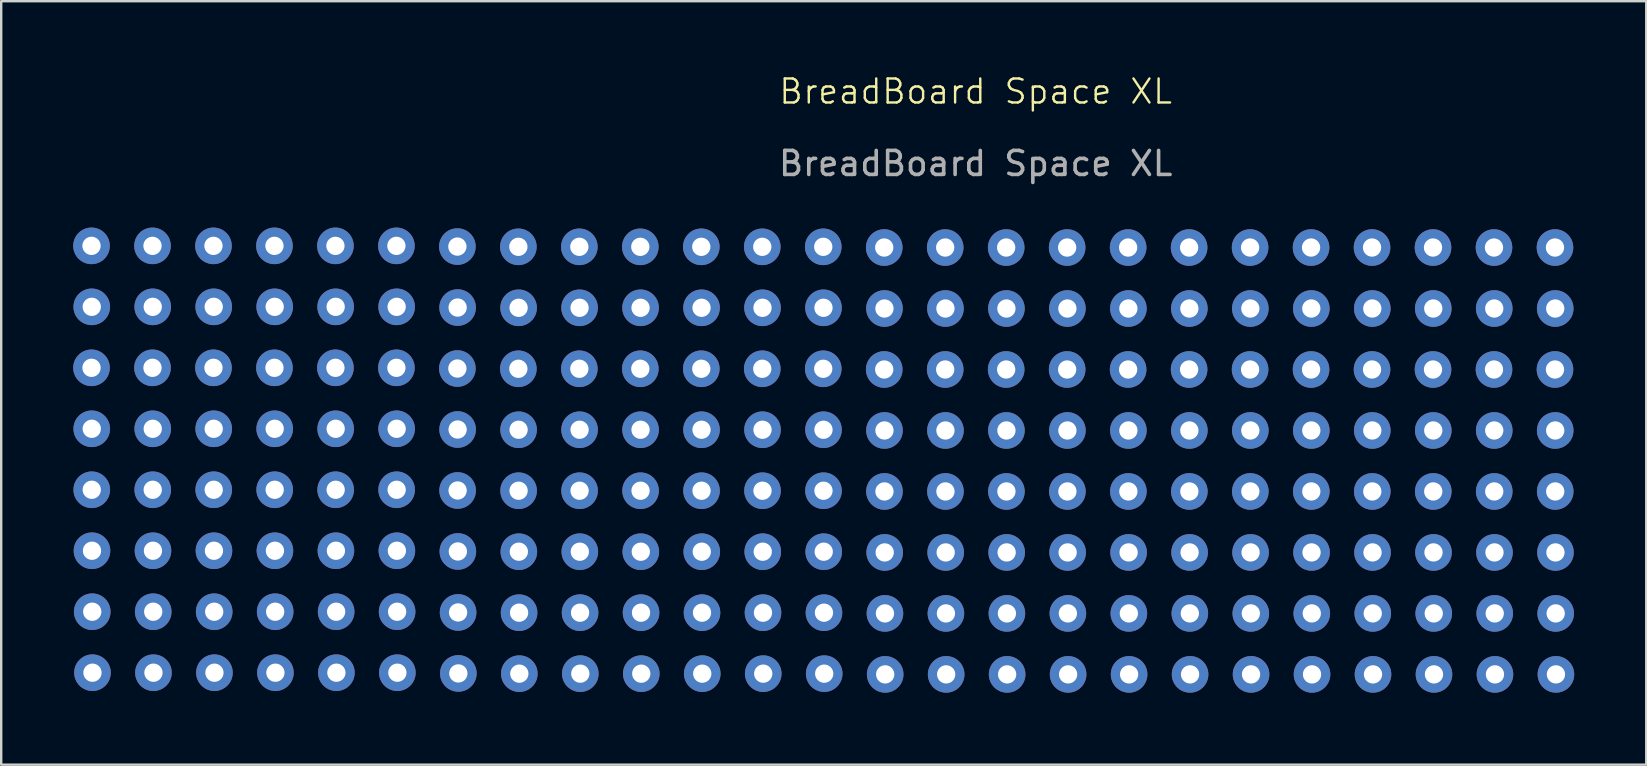
<source format=kicad_pcb>
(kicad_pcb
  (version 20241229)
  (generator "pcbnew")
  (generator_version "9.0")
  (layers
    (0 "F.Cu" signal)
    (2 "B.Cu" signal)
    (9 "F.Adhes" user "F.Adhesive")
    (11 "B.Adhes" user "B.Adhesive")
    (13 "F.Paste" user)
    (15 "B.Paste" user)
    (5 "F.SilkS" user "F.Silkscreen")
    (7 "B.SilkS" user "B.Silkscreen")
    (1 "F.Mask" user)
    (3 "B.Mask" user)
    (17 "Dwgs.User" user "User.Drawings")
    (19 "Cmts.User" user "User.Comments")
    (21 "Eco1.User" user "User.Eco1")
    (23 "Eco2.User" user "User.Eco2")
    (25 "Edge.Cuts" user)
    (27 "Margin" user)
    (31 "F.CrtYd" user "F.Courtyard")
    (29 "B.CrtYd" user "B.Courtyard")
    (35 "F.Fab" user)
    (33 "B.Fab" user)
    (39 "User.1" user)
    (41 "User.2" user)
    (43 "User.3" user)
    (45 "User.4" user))
  (footprint "BreadBoard Space XL"
    (layer "F.Cu")
    (at 37.592 12.261)
    (property "Reference" "BreadBoard Space XL" (at 0 -11.5 0) (unlocked yes) (layer "F.SilkS") (effects (font (size 1 1) (thickness 0.1))))
    (attr through_hole)
    (fp_text user "${REFERENCE}" (at 0 -8.5 0) (unlocked yes) (layer "F.Fab") (effects (font (size 1 1) (thickness 0.15))))
    (pad "1" thru_hole circle (at -31.75 -5.07) (size 1.524 1.524) (drill 0.762) (layers "*.Cu" "*.Mask"))
    (pad "1" thru_hole circle (at -31.75 0.01) (size 1.524 1.524) (drill 0.762) (layers "*.Cu" "*.Mask"))
    (pad "1" thru_hole circle (at -31.74 -2.53) (size 1.524 1.524) (drill 0.762) (layers "*.Cu" "*.Mask"))
    (pad "1" thru_hole circle (at -31.74 2.55) (size 1.524 1.524) (drill 0.762) (layers "*.Cu" "*.Mask"))
    (pad "1" thru_hole circle (at -31.74 5.09) (size 1.524 1.524) (drill 0.762) (layers "*.Cu" "*.Mask"))
    (pad "1" thru_hole circle (at -31.73 7.63) (size 1.524 1.524) (drill 0.762) (layers "*.Cu" "*.Mask"))
    (pad "1" thru_hole circle (at -31.72 10.17) (size 1.524 1.524) (drill 0.762) (layers "*.Cu" "*.Mask"))
    (pad "1" thru_hole circle (at -31.71 12.71) (size 1.524 1.524) (drill 0.762) (layers "*.Cu" "*.Mask"))
    (pad "1" thru_hole circle (at -13.97 -5.03) (size 1.524 1.524) (drill 0.762) (layers "*.Cu" "*.Mask"))
    (pad "1" thru_hole circle (at -13.97 0.05) (size 1.524 1.524) (drill 0.762) (layers "*.Cu" "*.Mask"))
    (pad "1" thru_hole circle (at -13.96 -2.49) (size 1.524 1.524) (drill 0.762) (layers "*.Cu" "*.Mask"))
    (pad "1" thru_hole circle (at -13.96 2.59) (size 1.524 1.524) (drill 0.762) (layers "*.Cu" "*.Mask"))
    (pad "1" thru_hole circle (at -13.96 5.13) (size 1.524 1.524) (drill 0.762) (layers "*.Cu" "*.Mask"))
    (pad "1" thru_hole circle (at -13.95 7.67) (size 1.524 1.524) (drill 0.762) (layers "*.Cu" "*.Mask"))
    (pad "1" thru_hole circle (at -13.94 10.21) (size 1.524 1.524) (drill 0.762) (layers "*.Cu" "*.Mask"))
    (pad "1" thru_hole circle (at -13.93 12.75) (size 1.524 1.524) (drill 0.762) (layers "*.Cu" "*.Mask"))
    (pad "1" thru_hole circle (at 1.27 -5) (size 1.524 1.524) (drill 0.762) (layers "*.Cu" "*.Mask"))
    (pad "1" thru_hole circle (at 1.27 0.08) (size 1.524 1.524) (drill 0.762) (layers "*.Cu" "*.Mask"))
    (pad "1" thru_hole circle (at 1.28 -2.46) (size 1.524 1.524) (drill 0.762) (layers "*.Cu" "*.Mask"))
    (pad "1" thru_hole circle (at 1.28 2.62) (size 1.524 1.524) (drill 0.762) (layers "*.Cu" "*.Mask"))
    (pad "1" thru_hole circle (at 1.28 5.16) (size 1.524 1.524) (drill 0.762) (layers "*.Cu" "*.Mask"))
    (pad "1" thru_hole circle (at 1.29 7.7) (size 1.524 1.524) (drill 0.762) (layers "*.Cu" "*.Mask"))
    (pad "1" thru_hole circle (at 1.3 10.24) (size 1.524 1.524) (drill 0.762) (layers "*.Cu" "*.Mask"))
    (pad "1" thru_hole circle (at 1.31 12.78) (size 1.524 1.524) (drill 0.762) (layers "*.Cu" "*.Mask"))
    (pad "1" thru_hole circle (at 16.51 -5) (size 1.524 1.524) (drill 0.762) (layers "*.Cu" "*.Mask"))
    (pad "1" thru_hole circle (at 16.51 0.08) (size 1.524 1.524) (drill 0.762) (layers "*.Cu" "*.Mask"))
    (pad "1" thru_hole circle (at 16.52 -2.46) (size 1.524 1.524) (drill 0.762) (layers "*.Cu" "*.Mask"))
    (pad "1" thru_hole circle (at 16.52 2.62) (size 1.524 1.524) (drill 0.762) (layers "*.Cu" "*.Mask"))
    (pad "1" thru_hole circle (at 16.52 5.16) (size 1.524 1.524) (drill 0.762) (layers "*.Cu" "*.Mask"))
    (pad "1" thru_hole circle (at 16.53 7.7) (size 1.524 1.524) (drill 0.762) (layers "*.Cu" "*.Mask"))
    (pad "1" thru_hole circle (at 16.54 10.24) (size 1.524 1.524) (drill 0.762) (layers "*.Cu" "*.Mask"))
    (pad "1" thru_hole circle (at 16.55 12.78) (size 1.524 1.524) (drill 0.762) (layers "*.Cu" "*.Mask"))
    (pad "2" thru_hole circle (at -29.21 -5.07) (size 1.524 1.524) (drill 0.762) (layers "*.Cu" "*.Mask"))
    (pad "2" thru_hole circle (at -29.21 0.01) (size 1.524 1.524) (drill 0.762) (layers "*.Cu" "*.Mask"))
    (pad "2" thru_hole circle (at -29.2 -2.53) (size 1.524 1.524) (drill 0.762) (layers "*.Cu" "*.Mask"))
    (pad "2" thru_hole circle (at -29.2 2.55) (size 1.524 1.524) (drill 0.762) (layers "*.Cu" "*.Mask"))
    (pad "2" thru_hole circle (at -29.2 5.09) (size 1.524 1.524) (drill 0.762) (layers "*.Cu" "*.Mask"))
    (pad "2" thru_hole circle (at -29.19 7.63) (size 1.524 1.524) (drill 0.762) (layers "*.Cu" "*.Mask"))
    (pad "2" thru_hole circle (at -29.18 10.17) (size 1.524 1.524) (drill 0.762) (layers "*.Cu" "*.Mask"))
    (pad "2" thru_hole circle (at -29.17 12.71) (size 1.524 1.524) (drill 0.762) (layers "*.Cu" "*.Mask"))
    (pad "2" thru_hole circle (at -11.43 -5.03) (size 1.524 1.524) (drill 0.762) (layers "*.Cu" "*.Mask"))
    (pad "2" thru_hole circle (at -11.43 0.05) (size 1.524 1.524) (drill 0.762) (layers "*.Cu" "*.Mask"))
    (pad "2" thru_hole circle (at -11.42 -2.49) (size 1.524 1.524) (drill 0.762) (layers "*.Cu" "*.Mask"))
    (pad "2" thru_hole circle (at -11.42 2.59) (size 1.524 1.524) (drill 0.762) (layers "*.Cu" "*.Mask"))
    (pad "2" thru_hole circle (at -11.42 5.13) (size 1.524 1.524) (drill 0.762) (layers "*.Cu" "*.Mask"))
    (pad "2" thru_hole circle (at -11.41 7.67) (size 1.524 1.524) (drill 0.762) (layers "*.Cu" "*.Mask"))
    (pad "2" thru_hole circle (at -11.4 10.21) (size 1.524 1.524) (drill 0.762) (layers "*.Cu" "*.Mask"))
    (pad "2" thru_hole circle (at -11.39 12.75) (size 1.524 1.524) (drill 0.762) (layers "*.Cu" "*.Mask"))
    (pad "2" thru_hole circle (at 3.81 -5) (size 1.524 1.524) (drill 0.762) (layers "*.Cu" "*.Mask"))
    (pad "2" thru_hole circle (at 3.81 0.08) (size 1.524 1.524) (drill 0.762) (layers "*.Cu" "*.Mask"))
    (pad "2" thru_hole circle (at 3.82 -2.46) (size 1.524 1.524) (drill 0.762) (layers "*.Cu" "*.Mask"))
    (pad "2" thru_hole circle (at 3.82 2.62) (size 1.524 1.524) (drill 0.762) (layers "*.Cu" "*.Mask"))
    (pad "2" thru_hole circle (at 3.82 5.16) (size 1.524 1.524) (drill 0.762) (layers "*.Cu" "*.Mask"))
    (pad "2" thru_hole circle (at 3.83 7.7) (size 1.524 1.524) (drill 0.762) (layers "*.Cu" "*.Mask"))
    (pad "2" thru_hole circle (at 3.84 10.24) (size 1.524 1.524) (drill 0.762) (layers "*.Cu" "*.Mask"))
    (pad "2" thru_hole circle (at 3.85 12.78) (size 1.524 1.524) (drill 0.762) (layers "*.Cu" "*.Mask"))
    (pad "2" thru_hole circle (at 19.05 -5) (size 1.524 1.524) (drill 0.762) (layers "*.Cu" "*.Mask"))
    (pad "2" thru_hole circle (at 19.05 0.08) (size 1.524 1.524) (drill 0.762) (layers "*.Cu" "*.Mask"))
    (pad "2" thru_hole circle (at 19.06 -2.46) (size 1.524 1.524) (drill 0.762) (layers "*.Cu" "*.Mask"))
    (pad "2" thru_hole circle (at 19.06 2.62) (size 1.524 1.524) (drill 0.762) (layers "*.Cu" "*.Mask"))
    (pad "2" thru_hole circle (at 19.06 5.16) (size 1.524 1.524) (drill 0.762) (layers "*.Cu" "*.Mask"))
    (pad "2" thru_hole circle (at 19.07 7.7) (size 1.524 1.524) (drill 0.762) (layers "*.Cu" "*.Mask"))
    (pad "2" thru_hole circle (at 19.08 10.24) (size 1.524 1.524) (drill 0.762) (layers "*.Cu" "*.Mask"))
    (pad "2" thru_hole circle (at 19.09 12.78) (size 1.524 1.524) (drill 0.762) (layers "*.Cu" "*.Mask"))
    (pad "3" thru_hole circle (at -26.67 -5.07) (size 1.524 1.524) (drill 0.762) (layers "*.Cu" "*.Mask"))
    (pad "3" thru_hole circle (at -26.67 0.01) (size 1.524 1.524) (drill 0.762) (layers "*.Cu" "*.Mask"))
    (pad "3" thru_hole circle (at -26.66 -2.53) (size 1.524 1.524) (drill 0.762) (layers "*.Cu" "*.Mask"))
    (pad "3" thru_hole circle (at -26.66 2.55) (size 1.524 1.524) (drill 0.762) (layers "*.Cu" "*.Mask"))
    (pad "3" thru_hole circle (at -26.66 5.09) (size 1.524 1.524) (drill 0.762) (layers "*.Cu" "*.Mask"))
    (pad "3" thru_hole circle (at -26.65 7.63) (size 1.524 1.524) (drill 0.762) (layers "*.Cu" "*.Mask"))
    (pad "3" thru_hole circle (at -26.64 10.17) (size 1.524 1.524) (drill 0.762) (layers "*.Cu" "*.Mask"))
    (pad "3" thru_hole circle (at -26.63 12.71) (size 1.524 1.524) (drill 0.762) (layers "*.Cu" "*.Mask"))
    (pad "3" thru_hole circle (at -8.89 -5.03) (size 1.524 1.524) (drill 0.762) (layers "*.Cu" "*.Mask"))
    (pad "3" thru_hole circle (at -8.89 0.05) (size 1.524 1.524) (drill 0.762) (layers "*.Cu" "*.Mask"))
    (pad "3" thru_hole circle (at -8.88 -2.49) (size 1.524 1.524) (drill 0.762) (layers "*.Cu" "*.Mask"))
    (pad "3" thru_hole circle (at -8.88 2.59) (size 1.524 1.524) (drill 0.762) (layers "*.Cu" "*.Mask"))
    (pad "3" thru_hole circle (at -8.88 5.13) (size 1.524 1.524) (drill 0.762) (layers "*.Cu" "*.Mask"))
    (pad "3" thru_hole circle (at -8.87 7.67) (size 1.524 1.524) (drill 0.762) (layers "*.Cu" "*.Mask"))
    (pad "3" thru_hole circle (at -8.86 10.21) (size 1.524 1.524) (drill 0.762) (layers "*.Cu" "*.Mask"))
    (pad "3" thru_hole circle (at -8.85 12.75) (size 1.524 1.524) (drill 0.762) (layers "*.Cu" "*.Mask"))
    (pad "3" thru_hole circle (at 6.35 -5) (size 1.524 1.524) (drill 0.762) (layers "*.Cu" "*.Mask"))
    (pad "3" thru_hole circle (at 6.35 0.08) (size 1.524 1.524) (drill 0.762) (layers "*.Cu" "*.Mask"))
    (pad "3" thru_hole circle (at 6.36 -2.46) (size 1.524 1.524) (drill 0.762) (layers "*.Cu" "*.Mask"))
    (pad "3" thru_hole circle (at 6.36 2.62) (size 1.524 1.524) (drill 0.762) (layers "*.Cu" "*.Mask"))
    (pad "3" thru_hole circle (at 6.36 5.16) (size 1.524 1.524) (drill 0.762) (layers "*.Cu" "*.Mask"))
    (pad "3" thru_hole circle (at 6.37 7.7) (size 1.524 1.524) (drill 0.762) (layers "*.Cu" "*.Mask"))
    (pad "3" thru_hole circle (at 6.38 10.24) (size 1.524 1.524) (drill 0.762) (layers "*.Cu" "*.Mask"))
    (pad "3" thru_hole circle (at 6.39 12.78) (size 1.524 1.524) (drill 0.762) (layers "*.Cu" "*.Mask"))
    (pad "3" thru_hole circle (at 21.59 -5) (size 1.524 1.524) (drill 0.762) (layers "*.Cu" "*.Mask"))
    (pad "3" thru_hole circle (at 21.59 0.08) (size 1.524 1.524) (drill 0.762) (layers "*.Cu" "*.Mask"))
    (pad "3" thru_hole circle (at 21.6 -2.46) (size 1.524 1.524) (drill 0.762) (layers "*.Cu" "*.Mask"))
    (pad "3" thru_hole circle (at 21.6 2.62) (size 1.524 1.524) (drill 0.762) (layers "*.Cu" "*.Mask"))
    (pad "3" thru_hole circle (at 21.6 5.16) (size 1.524 1.524) (drill 0.762) (layers "*.Cu" "*.Mask"))
    (pad "3" thru_hole circle (at 21.61 7.7) (size 1.524 1.524) (drill 0.762) (layers "*.Cu" "*.Mask"))
    (pad "3" thru_hole circle (at 21.62 10.24) (size 1.524 1.524) (drill 0.762) (layers "*.Cu" "*.Mask"))
    (pad "3" thru_hole circle (at 21.63 12.78) (size 1.524 1.524) (drill 0.762) (layers "*.Cu" "*.Mask"))
    (pad "4" thru_hole circle (at -34.29 -5.07) (size 1.524 1.524) (drill 0.762) (layers "*.Cu" "*.Mask"))
    (pad "4" thru_hole circle (at -34.29 0.01) (size 1.524 1.524) (drill 0.762) (layers "*.Cu" "*.Mask"))
    (pad "4" thru_hole circle (at -34.28 -2.53) (size 1.524 1.524) (drill 0.762) (layers "*.Cu" "*.Mask"))
    (pad "4" thru_hole circle (at -34.28 2.55) (size 1.524 1.524) (drill 0.762) (layers "*.Cu" "*.Mask"))
    (pad "4" thru_hole circle (at -34.28 5.09) (size 1.524 1.524) (drill 0.762) (layers "*.Cu" "*.Mask"))
    (pad "4" thru_hole circle (at -34.27 7.63) (size 1.524 1.524) (drill 0.762) (layers "*.Cu" "*.Mask"))
    (pad "4" thru_hole circle (at -34.26 10.17) (size 1.524 1.524) (drill 0.762) (layers "*.Cu" "*.Mask"))
    (pad "4" thru_hole circle (at -34.25 12.71) (size 1.524 1.524) (drill 0.762) (layers "*.Cu" "*.Mask"))
    (pad "4" thru_hole circle (at -16.51 -5.03) (size 1.524 1.524) (drill 0.762) (layers "*.Cu" "*.Mask"))
    (pad "4" thru_hole circle (at -16.51 0.05) (size 1.524 1.524) (drill 0.762) (layers "*.Cu" "*.Mask"))
    (pad "4" thru_hole circle (at -16.5 -2.49) (size 1.524 1.524) (drill 0.762) (layers "*.Cu" "*.Mask"))
    (pad "4" thru_hole circle (at -16.5 2.59) (size 1.524 1.524) (drill 0.762) (layers "*.Cu" "*.Mask"))
    (pad "4" thru_hole circle (at -16.5 5.13) (size 1.524 1.524) (drill 0.762) (layers "*.Cu" "*.Mask"))
    (pad "4" thru_hole circle (at -16.49 7.67) (size 1.524 1.524) (drill 0.762) (layers "*.Cu" "*.Mask"))
    (pad "4" thru_hole circle (at -16.48 10.21) (size 1.524 1.524) (drill 0.762) (layers "*.Cu" "*.Mask"))
    (pad "4" thru_hole circle (at -16.47 12.75) (size 1.524 1.524) (drill 0.762) (layers "*.Cu" "*.Mask"))
    (pad "4" thru_hole circle (at -1.27 -5) (size 1.524 1.524) (drill 0.762) (layers "*.Cu" "*.Mask"))
    (pad "4" thru_hole circle (at -1.27 0.08) (size 1.524 1.524) (drill 0.762) (layers "*.Cu" "*.Mask"))
    (pad "4" thru_hole circle (at -1.26 -2.46) (size 1.524 1.524) (drill 0.762) (layers "*.Cu" "*.Mask"))
    (pad "4" thru_hole circle (at -1.26 2.62) (size 1.524 1.524) (drill 0.762) (layers "*.Cu" "*.Mask"))
    (pad "4" thru_hole circle (at -1.26 5.16) (size 1.524 1.524) (drill 0.762) (layers "*.Cu" "*.Mask"))
    (pad "4" thru_hole circle (at -1.25 7.7) (size 1.524 1.524) (drill 0.762) (layers "*.Cu" "*.Mask"))
    (pad "4" thru_hole circle (at -1.24 10.24) (size 1.524 1.524) (drill 0.762) (layers "*.Cu" "*.Mask"))
    (pad "4" thru_hole circle (at -1.23 12.78) (size 1.524 1.524) (drill 0.762) (layers "*.Cu" "*.Mask"))
    (pad "4" thru_hole circle (at 13.97 -5) (size 1.524 1.524) (drill 0.762) (layers "*.Cu" "*.Mask"))
    (pad "4" thru_hole circle (at 13.97 0.08) (size 1.524 1.524) (drill 0.762) (layers "*.Cu" "*.Mask"))
    (pad "4" thru_hole circle (at 13.98 -2.46) (size 1.524 1.524) (drill 0.762) (layers "*.Cu" "*.Mask"))
    (pad "4" thru_hole circle (at 13.98 2.62) (size 1.524 1.524) (drill 0.762) (layers "*.Cu" "*.Mask"))
    (pad "4" thru_hole circle (at 13.98 5.16) (size 1.524 1.524) (drill 0.762) (layers "*.Cu" "*.Mask"))
    (pad "4" thru_hole circle (at 13.99 7.7) (size 1.524 1.524) (drill 0.762) (layers "*.Cu" "*.Mask"))
    (pad "4" thru_hole circle (at 14 10.24) (size 1.524 1.524) (drill 0.762) (layers "*.Cu" "*.Mask"))
    (pad "4" thru_hole circle (at 14.01 12.78) (size 1.524 1.524) (drill 0.762) (layers "*.Cu" "*.Mask"))
    (pad "5" thru_hole circle (at -24.13 -5.07) (size 1.524 1.524) (drill 0.762) (layers "*.Cu" "*.Mask"))
    (pad "5" thru_hole circle (at -24.13 0.01) (size 1.524 1.524) (drill 0.762) (layers "*.Cu" "*.Mask"))
    (pad "5" thru_hole circle (at -24.12 -2.53) (size 1.524 1.524) (drill 0.762) (layers "*.Cu" "*.Mask"))
    (pad "5" thru_hole circle (at -24.12 2.55) (size 1.524 1.524) (drill 0.762) (layers "*.Cu" "*.Mask"))
    (pad "5" thru_hole circle (at -24.12 5.09) (size 1.524 1.524) (drill 0.762) (layers "*.Cu" "*.Mask"))
    (pad "5" thru_hole circle (at -24.11 7.63) (size 1.524 1.524) (drill 0.762) (layers "*.Cu" "*.Mask"))
    (pad "5" thru_hole circle (at -24.1 10.17) (size 1.524 1.524) (drill 0.762) (layers "*.Cu" "*.Mask"))
    (pad "5" thru_hole circle (at -24.09 12.71) (size 1.524 1.524) (drill 0.762) (layers "*.Cu" "*.Mask"))
    (pad "5" thru_hole circle (at -6.35 -5.03) (size 1.524 1.524) (drill 0.762) (layers "*.Cu" "*.Mask"))
    (pad "5" thru_hole circle (at -6.35 0.05) (size 1.524 1.524) (drill 0.762) (layers "*.Cu" "*.Mask"))
    (pad "5" thru_hole circle (at -6.34 -2.49) (size 1.524 1.524) (drill 0.762) (layers "*.Cu" "*.Mask"))
    (pad "5" thru_hole circle (at -6.34 2.59) (size 1.524 1.524) (drill 0.762) (layers "*.Cu" "*.Mask"))
    (pad "5" thru_hole circle (at -6.34 5.13) (size 1.524 1.524) (drill 0.762) (layers "*.Cu" "*.Mask"))
    (pad "5" thru_hole circle (at -6.33 7.67) (size 1.524 1.524) (drill 0.762) (layers "*.Cu" "*.Mask"))
    (pad "5" thru_hole circle (at -6.32 10.21) (size 1.524 1.524) (drill 0.762) (layers "*.Cu" "*.Mask"))
    (pad "5" thru_hole circle (at -6.31 12.75) (size 1.524 1.524) (drill 0.762) (layers "*.Cu" "*.Mask"))
    (pad "5" thru_hole circle (at 8.89 -5) (size 1.524 1.524) (drill 0.762) (layers "*.Cu" "*.Mask"))
    (pad "5" thru_hole circle (at 8.89 0.08) (size 1.524 1.524) (drill 0.762) (layers "*.Cu" "*.Mask"))
    (pad "5" thru_hole circle (at 8.9 -2.46) (size 1.524 1.524) (drill 0.762) (layers "*.Cu" "*.Mask"))
    (pad "5" thru_hole circle (at 8.9 2.62) (size 1.524 1.524) (drill 0.762) (layers "*.Cu" "*.Mask"))
    (pad "5" thru_hole circle (at 8.9 5.16) (size 1.524 1.524) (drill 0.762) (layers "*.Cu" "*.Mask"))
    (pad "5" thru_hole circle (at 8.91 7.7) (size 1.524 1.524) (drill 0.762) (layers "*.Cu" "*.Mask"))
    (pad "5" thru_hole circle (at 8.92 10.24) (size 1.524 1.524) (drill 0.762) (layers "*.Cu" "*.Mask"))
    (pad "5" thru_hole circle (at 8.93 12.78) (size 1.524 1.524) (drill 0.762) (layers "*.Cu" "*.Mask"))
    (pad "5" thru_hole circle (at 24.13 -5) (size 1.524 1.524) (drill 0.762) (layers "*.Cu" "*.Mask"))
    (pad "5" thru_hole circle (at 24.13 0.08) (size 1.524 1.524) (drill 0.762) (layers "*.Cu" "*.Mask"))
    (pad "5" thru_hole circle (at 24.14 -2.46) (size 1.524 1.524) (drill 0.762) (layers "*.Cu" "*.Mask"))
    (pad "5" thru_hole circle (at 24.14 2.62) (size 1.524 1.524) (drill 0.762) (layers "*.Cu" "*.Mask"))
    (pad "5" thru_hole circle (at 24.14 5.16) (size 1.524 1.524) (drill 0.762) (layers "*.Cu" "*.Mask"))
    (pad "5" thru_hole circle (at 24.15 7.7) (size 1.524 1.524) (drill 0.762) (layers "*.Cu" "*.Mask"))
    (pad "5" thru_hole circle (at 24.16 10.24) (size 1.524 1.524) (drill 0.762) (layers "*.Cu" "*.Mask"))
    (pad "5" thru_hole circle (at 24.17 12.78) (size 1.524 1.524) (drill 0.762) (layers "*.Cu" "*.Mask"))
    (pad "6" thru_hole circle (at -36.83 -5.07) (size 1.524 1.524) (drill 0.762) (layers "*.Cu" "*.Mask"))
    (pad "6" thru_hole circle (at -36.83 0.01) (size 1.524 1.524) (drill 0.762) (layers "*.Cu" "*.Mask"))
    (pad "6" thru_hole circle (at -36.82 -2.53) (size 1.524 1.524) (drill 0.762) (layers "*.Cu" "*.Mask"))
    (pad "6" thru_hole circle (at -36.82 2.55) (size 1.524 1.524) (drill 0.762) (layers "*.Cu" "*.Mask"))
    (pad "6" thru_hole circle (at -36.82 5.09) (size 1.524 1.524) (drill 0.762) (layers "*.Cu" "*.Mask"))
    (pad "6" thru_hole circle (at -36.81 7.63) (size 1.524 1.524) (drill 0.762) (layers "*.Cu" "*.Mask"))
    (pad "6" thru_hole circle (at -36.8 10.17) (size 1.524 1.524) (drill 0.762) (layers "*.Cu" "*.Mask"))
    (pad "6" thru_hole circle (at -36.79 12.71) (size 1.524 1.524) (drill 0.762) (layers "*.Cu" "*.Mask"))
    (pad "6" thru_hole circle (at -21.59 -5.04) (size 1.524 1.524) (drill 0.762) (layers "*.Cu" "*.Mask"))
    (pad "6" thru_hole circle (at -21.59 0.04) (size 1.524 1.524) (drill 0.762) (layers "*.Cu" "*.Mask"))
    (pad "6" thru_hole circle (at -21.58 -2.5) (size 1.524 1.524) (drill 0.762) (layers "*.Cu" "*.Mask"))
    (pad "6" thru_hole circle (at -21.58 2.58) (size 1.524 1.524) (drill 0.762) (layers "*.Cu" "*.Mask"))
    (pad "6" thru_hole circle (at -21.58 5.12) (size 1.524 1.524) (drill 0.762) (layers "*.Cu" "*.Mask"))
    (pad "6" thru_hole circle (at -21.57 7.66) (size 1.524 1.524) (drill 0.762) (layers "*.Cu" "*.Mask"))
    (pad "6" thru_hole circle (at -21.56 10.2) (size 1.524 1.524) (drill 0.762) (layers "*.Cu" "*.Mask"))
    (pad "6" thru_hole circle (at -21.55 12.74) (size 1.524 1.524) (drill 0.762) (layers "*.Cu" "*.Mask"))
    (pad "6" thru_hole circle (at -19.05 -5.03) (size 1.524 1.524) (drill 0.762) (layers "*.Cu" "*.Mask"))
    (pad "6" thru_hole circle (at -19.05 0.05) (size 1.524 1.524) (drill 0.762) (layers "*.Cu" "*.Mask"))
    (pad "6" thru_hole circle (at -19.04 -2.49) (size 1.524 1.524) (drill 0.762) (layers "*.Cu" "*.Mask"))
    (pad "6" thru_hole circle (at -19.04 2.59) (size 1.524 1.524) (drill 0.762) (layers "*.Cu" "*.Mask"))
    (pad "6" thru_hole circle (at -19.04 5.13) (size 1.524 1.524) (drill 0.762) (layers "*.Cu" "*.Mask"))
    (pad "6" thru_hole circle (at -19.03 7.67) (size 1.524 1.524) (drill 0.762) (layers "*.Cu" "*.Mask"))
    (pad "6" thru_hole circle (at -19.02 10.21) (size 1.524 1.524) (drill 0.762) (layers "*.Cu" "*.Mask"))
    (pad "6" thru_hole circle (at -19.01 12.75) (size 1.524 1.524) (drill 0.762) (layers "*.Cu" "*.Mask"))
    (pad "6" thru_hole circle (at -3.81 -5) (size 1.524 1.524) (drill 0.762) (layers "*.Cu" "*.Mask"))
    (pad "6" thru_hole circle (at -3.81 0.08) (size 1.524 1.524) (drill 0.762) (layers "*.Cu" "*.Mask"))
    (pad "6" thru_hole circle (at -3.8 -2.46) (size 1.524 1.524) (drill 0.762) (layers "*.Cu" "*.Mask"))
    (pad "6" thru_hole circle (at -3.8 2.62) (size 1.524 1.524) (drill 0.762) (layers "*.Cu" "*.Mask"))
    (pad "6" thru_hole circle (at -3.8 5.16) (size 1.524 1.524) (drill 0.762) (layers "*.Cu" "*.Mask"))
    (pad "6" thru_hole circle (at -3.79 7.7) (size 1.524 1.524) (drill 0.762) (layers "*.Cu" "*.Mask"))
    (pad "6" thru_hole circle (at -3.78 10.24) (size 1.524 1.524) (drill 0.762) (layers "*.Cu" "*.Mask"))
    (pad "6" thru_hole circle (at -3.77 12.78) (size 1.524 1.524) (drill 0.762) (layers "*.Cu" "*.Mask"))
    (pad "6" thru_hole circle (at 11.43 -5) (size 1.524 1.524) (drill 0.762) (layers "*.Cu" "*.Mask"))
    (pad "6" thru_hole circle (at 11.43 0.08) (size 1.524 1.524) (drill 0.762) (layers "*.Cu" "*.Mask"))
    (pad "6" thru_hole circle (at 11.44 -2.46) (size 1.524 1.524) (drill 0.762) (layers "*.Cu" "*.Mask"))
    (pad "6" thru_hole circle (at 11.44 2.62) (size 1.524 1.524) (drill 0.762) (layers "*.Cu" "*.Mask"))
    (pad "6" thru_hole circle (at 11.44 5.16) (size 1.524 1.524) (drill 0.762) (layers "*.Cu" "*.Mask"))
    (pad "6" thru_hole circle (at 11.45 7.7) (size 1.524 1.524) (drill 0.762) (layers "*.Cu" "*.Mask"))
    (pad "6" thru_hole circle (at 11.46 10.24) (size 1.524 1.524) (drill 0.762) (layers "*.Cu" "*.Mask"))
    (pad "6" thru_hole circle (at 11.47 12.78) (size 1.524 1.524) (drill 0.762) (layers "*.Cu" "*.Mask")))
  (gr_rect
    (start -3 -3)
    (end 65.524 28.802)
    (stroke (width 0.1) (type default))
    (fill no)
    (layer "Edge.Cuts")))
</source>
